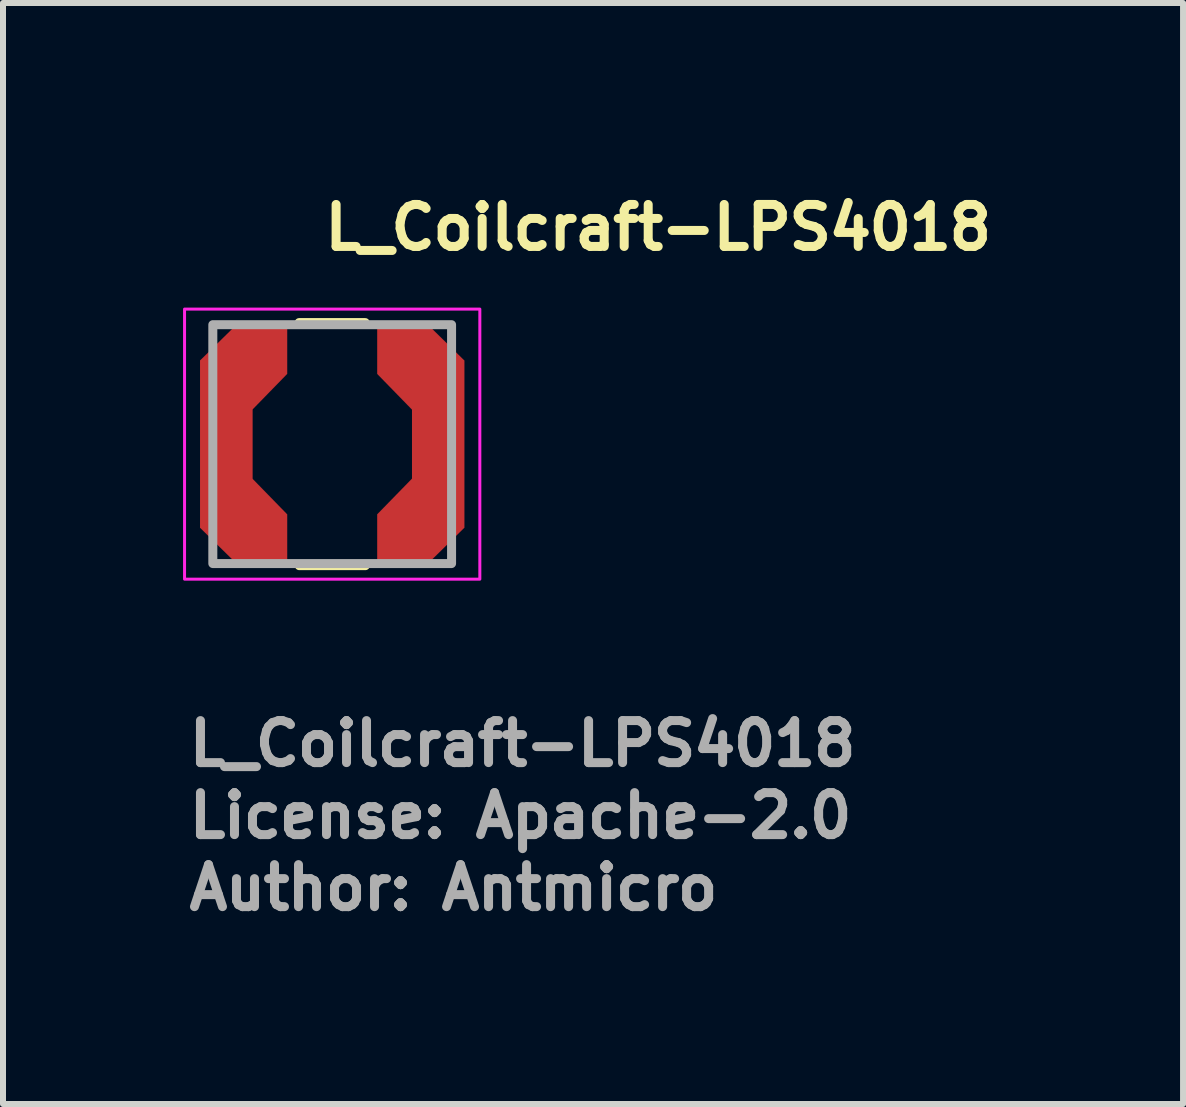
<source format=kicad_pcb>
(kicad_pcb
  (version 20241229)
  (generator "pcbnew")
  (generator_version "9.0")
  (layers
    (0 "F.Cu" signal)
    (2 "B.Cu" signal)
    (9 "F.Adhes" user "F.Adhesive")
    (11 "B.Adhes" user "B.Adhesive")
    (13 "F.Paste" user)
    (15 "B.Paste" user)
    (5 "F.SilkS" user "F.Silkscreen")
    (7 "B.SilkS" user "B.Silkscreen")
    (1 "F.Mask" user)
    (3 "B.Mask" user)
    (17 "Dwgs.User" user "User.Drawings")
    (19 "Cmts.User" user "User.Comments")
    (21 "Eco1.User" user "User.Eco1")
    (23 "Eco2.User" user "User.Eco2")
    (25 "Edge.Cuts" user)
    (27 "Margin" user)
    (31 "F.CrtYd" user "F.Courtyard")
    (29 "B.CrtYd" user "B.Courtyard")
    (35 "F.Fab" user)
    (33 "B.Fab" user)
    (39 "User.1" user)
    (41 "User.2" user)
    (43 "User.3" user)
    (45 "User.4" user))
  (footprint "L_Coilcraft-LPS4018"
    (layer "F.Cu")
    (at 2.485 4.35)
    (property "Reference" "L_Coilcraft-LPS4018" (at -0.2 -3.2 0) (layer "F.SilkS") (effects (font (size 0.7 0.7) (thickness 0.15)) (justify left bottom)))
    (attr smd)
    (fp_poly (pts (xy -0.75 -1.17) (xy -1.33 -0.575) (xy -1.33 0.575) (xy -0.75 1.17) (xy -0.75 1.945) (xy -1.64 1.945) (xy -2.2 1.395) (xy -2.2 -1.395) (xy -1.64 -1.945) (xy -0.75 -1.945)) (stroke (width 0.001) (type solid)) (fill yes) (layer "F.Cu"))
    (fp_poly (pts (xy 2.2 -1.395) (xy 2.2 1.395) (xy 1.64 1.945) (xy 0.75 1.945) (xy 0.75 1.17) (xy 1.33 0.575) (xy 1.33 -0.575) (xy 0.75 -1.17) (xy 0.75 -1.945) (xy 1.64 -1.945)) (stroke (width 0.001) (type solid)) (fill yes) (layer "F.Cu"))
    (fp_poly (pts (xy -0.75 -1.17) (xy -1.33 -0.575) (xy -1.33 0.575) (xy -0.75 1.17) (xy -0.75 1.945) (xy -1.64 1.945) (xy -2.2 1.395) (xy -2.2 -1.395) (xy -1.64 -1.945) (xy -0.75 -1.945)) (stroke (width 0.001) (type solid)) (fill yes) (layer "F.Mask"))
    (fp_poly (pts (xy 2.2 -1.395) (xy 2.2 1.395) (xy 1.64 1.945) (xy 0.75 1.945) (xy 0.75 1.17) (xy 1.33 0.575) (xy 1.33 -0.575) (xy 0.75 -1.17) (xy 0.75 -1.945) (xy 1.64 -1.945)) (stroke (width 0.001) (type solid)) (fill yes) (layer "F.Mask"))
    (fp_line (start -0.55 -2.025) (end 0.55 -2.025) (stroke (width 0.15) (type solid)) (layer "F.SilkS"))
    (fp_line (start -0.548 2.025) (end 0.552 2.025) (stroke (width 0.15) (type solid)) (layer "F.SilkS"))
    (fp_poly (pts (xy -0.75 -1.17) (xy -1.33 -0.575) (xy -1.33 0.575) (xy -0.75 1.17) (xy -0.75 1.945) (xy -1.64 1.945) (xy -2.2 1.395) (xy -2.2 -1.395) (xy -1.64 -1.945) (xy -0.75 -1.945)) (stroke (width 0.001) (type solid)) (fill yes) (layer "F.Paste"))
    (fp_poly (pts (xy 2.2 -1.395) (xy 2.2 1.395) (xy 1.64 1.945) (xy 0.75 1.945) (xy 0.75 1.17) (xy 1.33 0.575) (xy 1.33 -0.575) (xy 0.75 -1.17) (xy 0.75 -1.945) (xy 1.64 -1.945)) (stroke (width 0.001) (type solid)) (fill yes) (layer "F.Paste"))
    (fp_rect (start -2.46 -2.25) (end 2.46 2.25) (stroke (width 0.05) (type solid)) (fill no) (layer "F.CrtYd"))
    (fp_rect (start -1.989 -1.99) (end 1.989 1.99) (stroke (width 0.15) (type solid)) (fill no) (layer "F.Fab"))
    (fp_rect (start -1.989 -1.99) (end 1.989 1.99) (stroke (width 0.1) (type solid)) (fill no) (layer "User.5"))
    (fp_line (start -1.989 -1.24) (end -1.989 1.24) (stroke (width 0.02) (type solid)) (layer "User.9"))
    (fp_line (start -1.989 1.24) (end -1.239 1.99) (stroke (width 0.02) (type solid)) (layer "User.9"))
    (fp_line (start -1.939 -1.219) (end -1.939 1.219) (stroke (width 0.02) (type solid)) (layer "User.9"))
    (fp_line (start -1.939 1.219) (end -1.219 1.94) (stroke (width 0.02) (type solid)) (layer "User.9"))
    (fp_line (start -1.239 -1.99) (end -1.989 -1.24) (stroke (width 0.02) (type solid)) (layer "User.9"))
    (fp_line (start -1.239 1.99) (end 1.239 1.99) (stroke (width 0.02) (type solid)) (layer "User.9"))
    (fp_line (start -1.219 -1.94) (end -1.939 -1.219) (stroke (width 0.02) (type solid)) (layer "User.9"))
    (fp_line (start -1.219 1.94) (end 1.219 1.94) (stroke (width 0.02) (type solid)) (layer "User.9"))
    (fp_line (start 1.219 -1.94) (end -1.219 -1.94) (stroke (width 0.02) (type solid)) (layer "User.9"))
    (fp_line (start 1.219 1.94) (end 1.94 1.219) (stroke (width 0.02) (type solid)) (layer "User.9"))
    (fp_line (start 1.239 -1.99) (end -1.239 -1.99) (stroke (width 0.02) (type solid)) (layer "User.9"))
    (fp_line (start 1.239 1.99) (end 1.989 1.24) (stroke (width 0.02) (type solid)) (layer "User.9"))
    (fp_line (start 1.94 -1.219) (end 1.219 -1.94) (stroke (width 0.02) (type solid)) (layer "User.9"))
    (fp_line (start 1.94 1.219) (end 1.94 -1.219) (stroke (width 0.02) (type solid)) (layer "User.9"))
    (fp_line (start 1.989 -1.24) (end 1.239 -1.99) (stroke (width 0.02) (type solid)) (layer "User.9"))
    (fp_line (start 1.989 1.24) (end 1.989 -1.24) (stroke (width 0.02) (type solid)) (layer "User.9"))
    (fp_text user "License: Apache-2.0" (at -2.46 6.6 0) (layer "F.Fab") (effects (font (size 0.7 0.7) (thickness 0.15)) (justify left bottom)))
    (fp_text user "${REFERENCE}" (at -2.46 5.4 0) (layer "F.Fab") (effects (font (size 0.7 0.7) (thickness 0.15)) (justify left bottom)))
    (fp_text user "Author: Antmicro" (at -2.46 7.8 0) (layer "F.Fab") (effects (font (size 0.7 0.7) (thickness 0.15)) (justify left bottom)))
    (pad "1" smd rect (at -1.765 0 90) (size 2.79 0.87) (layers "F.Cu" "F.Mask" "F.Paste"))
    (pad "2" smd rect (at 1.765 0 270) (size 2.79 0.87) (layers "F.Cu" "F.Mask" "F.Paste")))
  (gr_rect
    (start -3 -3)
    (end 16.662 15.345)
    (stroke (width 0.1) (type default))
    (fill no)
    (layer "Edge.Cuts")))
</source>
